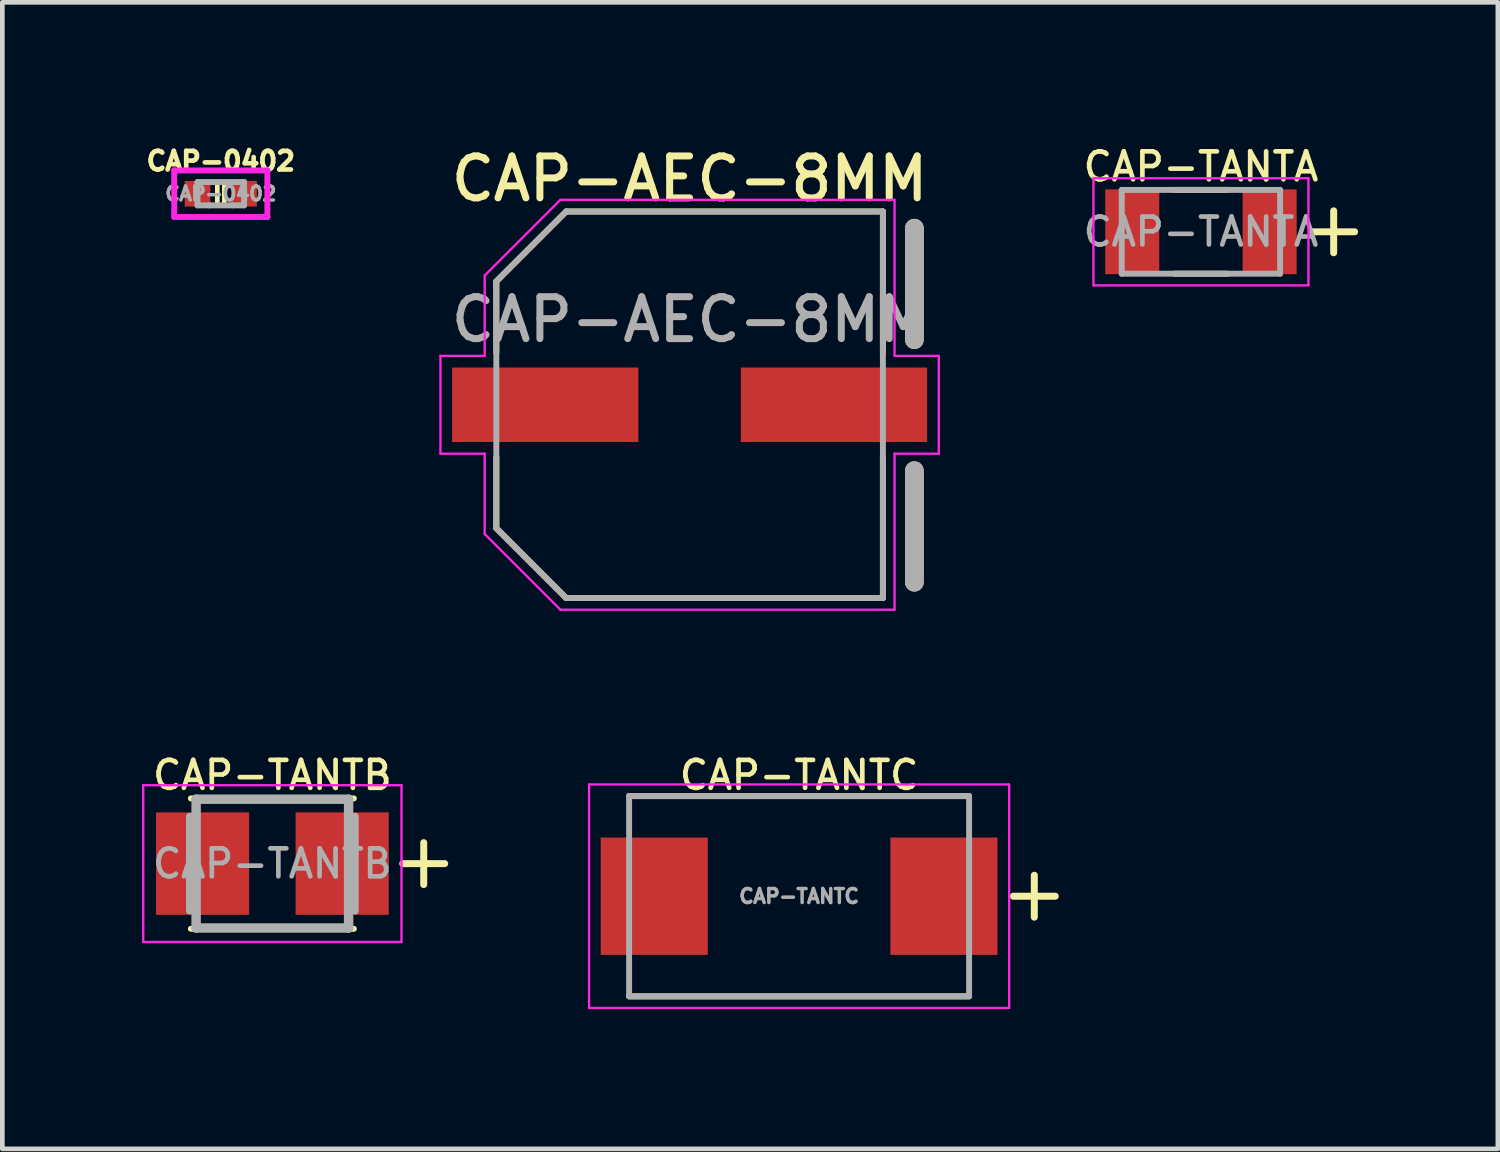
<source format=kicad_pcb>
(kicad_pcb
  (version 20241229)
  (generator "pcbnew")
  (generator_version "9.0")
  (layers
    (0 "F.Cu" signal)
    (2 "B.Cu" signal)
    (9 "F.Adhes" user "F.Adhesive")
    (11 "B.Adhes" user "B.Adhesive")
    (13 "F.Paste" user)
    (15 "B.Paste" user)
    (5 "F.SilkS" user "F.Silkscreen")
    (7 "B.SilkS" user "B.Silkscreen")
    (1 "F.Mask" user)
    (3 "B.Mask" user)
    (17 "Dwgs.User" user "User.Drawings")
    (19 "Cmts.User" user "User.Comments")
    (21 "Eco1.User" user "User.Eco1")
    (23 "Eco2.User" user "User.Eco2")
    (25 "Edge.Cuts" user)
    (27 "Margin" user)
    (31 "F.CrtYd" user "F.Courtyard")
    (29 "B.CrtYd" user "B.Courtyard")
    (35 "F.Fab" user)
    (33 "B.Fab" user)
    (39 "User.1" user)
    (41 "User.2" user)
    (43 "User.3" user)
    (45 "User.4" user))
  (footprint "CAP-TANTA"
    (layer "F.Cu")
    (at 22.736 1.927)
    (property "Reference" "CAP-TANTA" (at 0 -1.4 0) (layer "F.SilkS") (effects (font (size 0.6 0.6) (thickness 0.1) (bold yes))))
    (attr smd)
    (fp_line (start -0.57 -0.9) (end 0.57 -0.9) (stroke (width 0.127) (type solid)) (layer "F.SilkS"))
    (fp_line (start -0.57 0.9) (end 0.57 0.9) (stroke (width 0.127) (type solid)) (layer "F.SilkS"))
    (fp_line (start 2.85 -0.45) (end 2.85 0.45) (stroke (width 0.15) (type default)) (layer "F.SilkS"))
    (fp_line (start 3.3 0) (end 2.4 0) (stroke (width 0.15) (type default)) (layer "F.SilkS"))
    (fp_line (start -2.308 -1.15) (end 2.308 -1.15) (stroke (width 0.05) (type solid)) (layer "F.CrtYd"))
    (fp_line (start -2.308 1.15) (end -2.308 -1.15) (stroke (width 0.05) (type solid)) (layer "F.CrtYd"))
    (fp_line (start -2.308 1.15) (end 2.308 1.15) (stroke (width 0.05) (type solid)) (layer "F.CrtYd"))
    (fp_line (start 2.308 1.15) (end 2.308 -1.15) (stroke (width 0.05) (type solid)) (layer "F.CrtYd"))
    (fp_line (start -1.7 0.9) (end -1.7 -0.9) (stroke (width 0.127) (type solid)) (layer "F.Fab"))
    (fp_line (start 1.7 -0.9) (end -1.7 -0.9) (stroke (width 0.127) (type solid)) (layer "F.Fab"))
    (fp_line (start 1.7 0.9) (end -1.7 0.9) (stroke (width 0.127) (type solid)) (layer "F.Fab"))
    (fp_line (start 1.7 0.9) (end 1.7 -0.9) (stroke (width 0.127) (type solid)) (layer "F.Fab"))
    (fp_text user "${REFERENCE}" (at 0 0 0) (layer "F.Fab") (effects (font (size 0.6 0.6) (thickness 0.1) (bold yes))))
    (pad "1" smd rect (at -1.475 0) (size 1.16 1.82) (layers "F.Cu" "F.Mask" "F.Paste"))
    (pad "2" smd rect (at 1.475 0) (size 1.16 1.82) (layers "F.Cu" "F.Mask" "F.Paste")))
  (footprint "CAP-AEC-8MM"
    (layer "F.Cu")
    (at 11.757 5.641)
    (property "Reference" "CAP-AEC-8MM" (at 0 -4.851 0) (layer "F.SilkS") (effects (font (size 0.9 0.9) (thickness 0.15))))
    (attr smd)
    (fp_line (start -4.15 -2.65) (end -4.15 -1.12) (stroke (width 0.127) (type solid)) (layer "F.SilkS"))
    (fp_line (start -4.15 1.12) (end -4.15 2.65) (stroke (width 0.127) (type solid)) (layer "F.SilkS"))
    (fp_line (start -4.15 2.65) (end -2.65 4.15) (stroke (width 0.127) (type solid)) (layer "F.SilkS"))
    (fp_line (start -2.65 -4.15) (end -4.15 -2.65) (stroke (width 0.127) (type solid)) (layer "F.SilkS"))
    (fp_line (start -2.65 4.15) (end 4.15 4.15) (stroke (width 0.127) (type solid)) (layer "F.SilkS"))
    (fp_line (start 4.15 -4.15) (end -2.65 -4.15) (stroke (width 0.127) (type solid)) (layer "F.SilkS"))
    (fp_line (start 4.15 -1.12) (end 4.15 -4.15) (stroke (width 0.127) (type solid)) (layer "F.SilkS"))
    (fp_line (start 4.15 4.15) (end 4.15 1.12) (stroke (width 0.127) (type solid)) (layer "F.SilkS"))
    (fp_line (start 4.826 -1.397) (end 4.826 -3.792) (stroke (width 0.4) (type solid)) (layer "F.SilkS"))
    (fp_line (start 4.826 3.81) (end 4.826 1.415) (stroke (width 0.4) (type solid)) (layer "F.SilkS"))
    (fp_line (start -5.35 -1.05) (end -4.4 -1.05) (stroke (width 0.05) (type solid)) (layer "F.CrtYd"))
    (fp_line (start -5.35 1.05) (end -5.35 -1.05) (stroke (width 0.05) (type solid)) (layer "F.CrtYd"))
    (fp_line (start -4.4 -2.775) (end -2.775 -4.4) (stroke (width 0.05) (type solid)) (layer "F.CrtYd"))
    (fp_line (start -4.4 -1.05) (end -4.4 -2.775) (stroke (width 0.05) (type solid)) (layer "F.CrtYd"))
    (fp_line (start -4.4 1.05) (end -5.35 1.05) (stroke (width 0.05) (type solid)) (layer "F.CrtYd"))
    (fp_line (start -4.4 2.775) (end -4.4 1.05) (stroke (width 0.05) (type solid)) (layer "F.CrtYd"))
    (fp_line (start -2.775 -4.4) (end 4.4 -4.4) (stroke (width 0.05) (type solid)) (layer "F.CrtYd"))
    (fp_line (start -2.775 4.4) (end -4.4 2.775) (stroke (width 0.05) (type solid)) (layer "F.CrtYd"))
    (fp_line (start 4.4 -4.4) (end 4.4 -1.05) (stroke (width 0.05) (type solid)) (layer "F.CrtYd"))
    (fp_line (start 4.4 -1.05) (end 5.35 -1.05) (stroke (width 0.05) (type solid)) (layer "F.CrtYd"))
    (fp_line (start 4.4 1.05) (end 4.4 4.4) (stroke (width 0.05) (type solid)) (layer "F.CrtYd"))
    (fp_line (start 4.4 4.4) (end -2.775 4.4) (stroke (width 0.05) (type solid)) (layer "F.CrtYd"))
    (fp_line (start 5.35 -1.05) (end 5.35 1.05) (stroke (width 0.05) (type solid)) (layer "F.CrtYd"))
    (fp_line (start 5.35 1.05) (end 4.4 1.05) (stroke (width 0.05) (type solid)) (layer "F.CrtYd"))
    (fp_line (start -4.15 -2.65) (end -4.15 2.65) (stroke (width 0.127) (type solid)) (layer "F.Fab"))
    (fp_line (start -4.15 2.65) (end -2.65 4.15) (stroke (width 0.127) (type solid)) (layer "F.Fab"))
    (fp_line (start -2.65 -4.15) (end -4.15 -2.65) (stroke (width 0.127) (type solid)) (layer "F.Fab"))
    (fp_line (start -2.65 4.15) (end 4.15 4.15) (stroke (width 0.127) (type solid)) (layer "F.Fab"))
    (fp_line (start 4.15 -4.15) (end -2.65 -4.15) (stroke (width 0.127) (type solid)) (layer "F.Fab"))
    (fp_line (start 4.15 4.15) (end 4.15 -4.15) (stroke (width 0.127) (type solid)) (layer "F.Fab"))
    (fp_line (start 4.826 -1.397) (end 4.826 -3.792) (stroke (width 0.4) (type solid)) (layer "F.Fab"))
    (fp_line (start 4.826 3.81) (end 4.826 1.415) (stroke (width 0.4) (type solid)) (layer "F.Fab"))
    (fp_text user "${REFERENCE}" (at 0 -1.829 0) (layer "F.Fab") (effects (font (size 0.9 0.9) (thickness 0.15) (bold yes))))
    (pad "1" smd rect (at -3.1 0) (size 4 1.6) (layers "F.Cu" "F.Mask" "F.Paste"))
    (pad "2" smd rect (at 3.1 0) (size 4 1.6) (layers "F.Cu" "F.Mask" "F.Paste")))
  (footprint "CAP-TANTB"
    (layer "F.Cu")
    (at 2.798 15.493)
    (property "Reference" "CAP-TANTB" (at 0 -1.9 0) (layer "F.SilkS") (effects (font (size 0.6 0.6) (thickness 0.1) (bold yes))))
    (attr smd)
    (fp_line (start -1.75 -1.4) (end 1.75 -1.4) (stroke (width 0.127) (type solid)) (layer "F.SilkS"))
    (fp_line (start -1.75 1.4) (end 1.75 1.4) (stroke (width 0.127) (type solid)) (layer "F.SilkS"))
    (fp_line (start 3.25 -0.45) (end 3.25 0.45) (stroke (width 0.15) (type default)) (layer "F.SilkS"))
    (fp_line (start 3.7 0) (end 2.8 0) (stroke (width 0.15) (type default)) (layer "F.SilkS"))
    (fp_line (start -2.773 -1.683) (end 2.773 -1.683) (stroke (width 0.051) (type solid)) (layer "F.CrtYd"))
    (fp_line (start -2.773 1.683) (end -2.773 -1.683) (stroke (width 0.051) (type solid)) (layer "F.CrtYd"))
    (fp_line (start 2.773 -1.683) (end 2.773 1.683) (stroke (width 0.051) (type solid)) (layer "F.CrtYd"))
    (fp_line (start 2.773 1.683) (end -2.773 1.683) (stroke (width 0.051) (type solid)) (layer "F.CrtYd"))
    (fp_line (start -1.778 -1.016) (end -1.778 1.016) (stroke (width 0.152) (type solid)) (layer "F.Fab"))
    (fp_line (start -1.637 1.383) (end -1.637 -1.383) (stroke (width 0.203) (type solid)) (layer "F.Fab"))
    (fp_line (start 1.637 -1.383) (end -1.637 -1.383) (stroke (width 0.203) (type solid)) (layer "F.Fab"))
    (fp_line (start 1.637 1.383) (end -1.637 1.383) (stroke (width 0.203) (type solid)) (layer "F.Fab"))
    (fp_line (start 1.637 1.383) (end 1.637 -1.383) (stroke (width 0.203) (type solid)) (layer "F.Fab"))
    (fp_line (start 1.778 -1.016) (end 1.778 1.016) (stroke (width 0.152) (type solid)) (layer "F.Fab"))
    (fp_text user "${REFERENCE}" (at 0 0 0) (layer "F.Fab") (effects (font (size 0.6 0.6) (thickness 0.1) (bold yes))))
    (pad "1" smd rect (at -1.499 0) (size 2 2.2) (layers "F.Cu" "F.Mask" "F.Paste"))
    (pad "2" smd rect (at 1.499 0) (size 2 2.2) (layers "F.Cu" "F.Mask" "F.Paste")))
  (footprint "CAP-0402"
    (layer "F.Cu")
    (at 1.691 1.109)
    (property "Reference" "CAP-0402" (at 0 -0.7 0) (layer "F.SilkS") (effects (font (size 0.4 0.4) (thickness 0.1) (bold yes))))
    (attr smd)
    (fp_line (start -0.075 -0.25) (end -0.075 0.25) (stroke (width 0.1) (type default)) (layer "F.SilkS"))
    (fp_line (start 0.075 -0.25) (end 0.075 0.25) (stroke (width 0.1) (type default)) (layer "F.SilkS"))
    (fp_line (start -1 -0.5) (end 1 -0.5) (stroke (width 0.127) (type solid)) (layer "F.CrtYd"))
    (fp_line (start -1 0.5) (end -1 -0.5) (stroke (width 0.127) (type solid)) (layer "F.CrtYd"))
    (fp_line (start 1 -0.5) (end 1 0.5) (stroke (width 0.127) (type solid)) (layer "F.CrtYd"))
    (fp_line (start 1 0.5) (end -1 0.5) (stroke (width 0.127) (type solid)) (layer "F.CrtYd"))
    (fp_line (start -0.5 -0.25) (end -0.5 0.25) (stroke (width 0.127) (type solid)) (layer "F.Fab"))
    (fp_line (start -0.5 -0.25) (end -0.25 -0.25) (stroke (width 0.127) (type solid)) (layer "F.Fab"))
    (fp_line (start -0.5 0.25) (end -0.25 0.25) (stroke (width 0.127) (type solid)) (layer "F.Fab"))
    (fp_line (start -0.25 -0.25) (end 0.25 -0.25) (stroke (width 0.127) (type solid)) (layer "F.Fab"))
    (fp_line (start -0.25 0.25) (end 0.25 0.25) (stroke (width 0.127) (type solid)) (layer "F.Fab"))
    (fp_line (start 0.25 -0.25) (end 0.5 -0.25) (stroke (width 0.127) (type solid)) (layer "F.Fab"))
    (fp_line (start 0.25 0.25) (end 0.5 0.25) (stroke (width 0.127) (type solid)) (layer "F.Fab"))
    (fp_line (start 0.5 0.25) (end 0.5 -0.25) (stroke (width 0.127) (type solid)) (layer "F.Fab"))
    (fp_text user "${REFERENCE}" (at 0 0 0) (layer "F.Fab") (effects (font (size 0.3 0.3) (thickness 0.075) (bold yes))))
    (pad "1" smd rect (at -0.5 0) (size 0.55 0.55) (layers "F.Cu" "F.Mask" "F.Paste"))
    (pad "2" smd rect (at 0.5 0) (size 0.55 0.55) (layers "F.Cu" "F.Mask" "F.Paste")))
  (footprint "CAP-TANTC"
    (layer "F.Cu")
    (at 14.108 16.193)
    (property "Reference" "CAP-TANTC" (at 0 -2.6 0) (layer "F.SilkS") (effects (font (size 0.6 0.6) (thickness 0.1) (bold yes))))
    (attr smd)
    (fp_line (start -3.65 -2.15) (end 3.65 -2.15) (stroke (width 0.127) (type solid)) (layer "F.SilkS"))
    (fp_line (start -3.65 2.15) (end 3.65 2.15) (stroke (width 0.127) (type solid)) (layer "F.SilkS"))
    (fp_line (start 5.05 -0.45) (end 5.05 0.45) (stroke (width 0.15) (type default)) (layer "F.SilkS"))
    (fp_line (start 5.5 0) (end 4.6 0) (stroke (width 0.15) (type default)) (layer "F.SilkS"))
    (fp_line (start -4.51 -2.4) (end 4.51 -2.4) (stroke (width 0.05) (type solid)) (layer "F.CrtYd"))
    (fp_line (start -4.51 2.4) (end -4.51 -2.4) (stroke (width 0.05) (type solid)) (layer "F.CrtYd"))
    (fp_line (start -4.51 2.4) (end 4.51 2.4) (stroke (width 0.05) (type solid)) (layer "F.CrtYd"))
    (fp_line (start 4.51 2.4) (end 4.51 -2.4) (stroke (width 0.05) (type solid)) (layer "F.CrtYd"))
    (fp_line (start -3.65 2.15) (end -3.65 -2.15) (stroke (width 0.127) (type solid)) (layer "F.Fab"))
    (fp_line (start 3.65 -2.15) (end -3.65 -2.15) (stroke (width 0.127) (type solid)) (layer "F.Fab"))
    (fp_line (start 3.65 2.15) (end -3.65 2.15) (stroke (width 0.127) (type solid)) (layer "F.Fab"))
    (fp_line (start 3.65 2.15) (end 3.65 -2.15) (stroke (width 0.127) (type solid)) (layer "F.Fab"))
    (fp_text user "${REFERENCE}" (at 0 0 0) (layer "F.Fab") (effects (font (size 0.3 0.3) (thickness 0.075) (bold yes))))
    (pad "1" smd rect (at -3.11 0) (size 2.3 2.52) (layers "F.Cu" "F.Mask" "F.Paste"))
    (pad "2" smd rect (at 3.11 0) (size 2.3 2.52) (layers "F.Cu" "F.Mask" "F.Paste")))
  (gr_rect
    (start -3 -3)
    (end 29.111 21.618)
    (stroke (width 0.1) (type default))
    (fill no)
    (layer "Edge.Cuts")))
</source>
